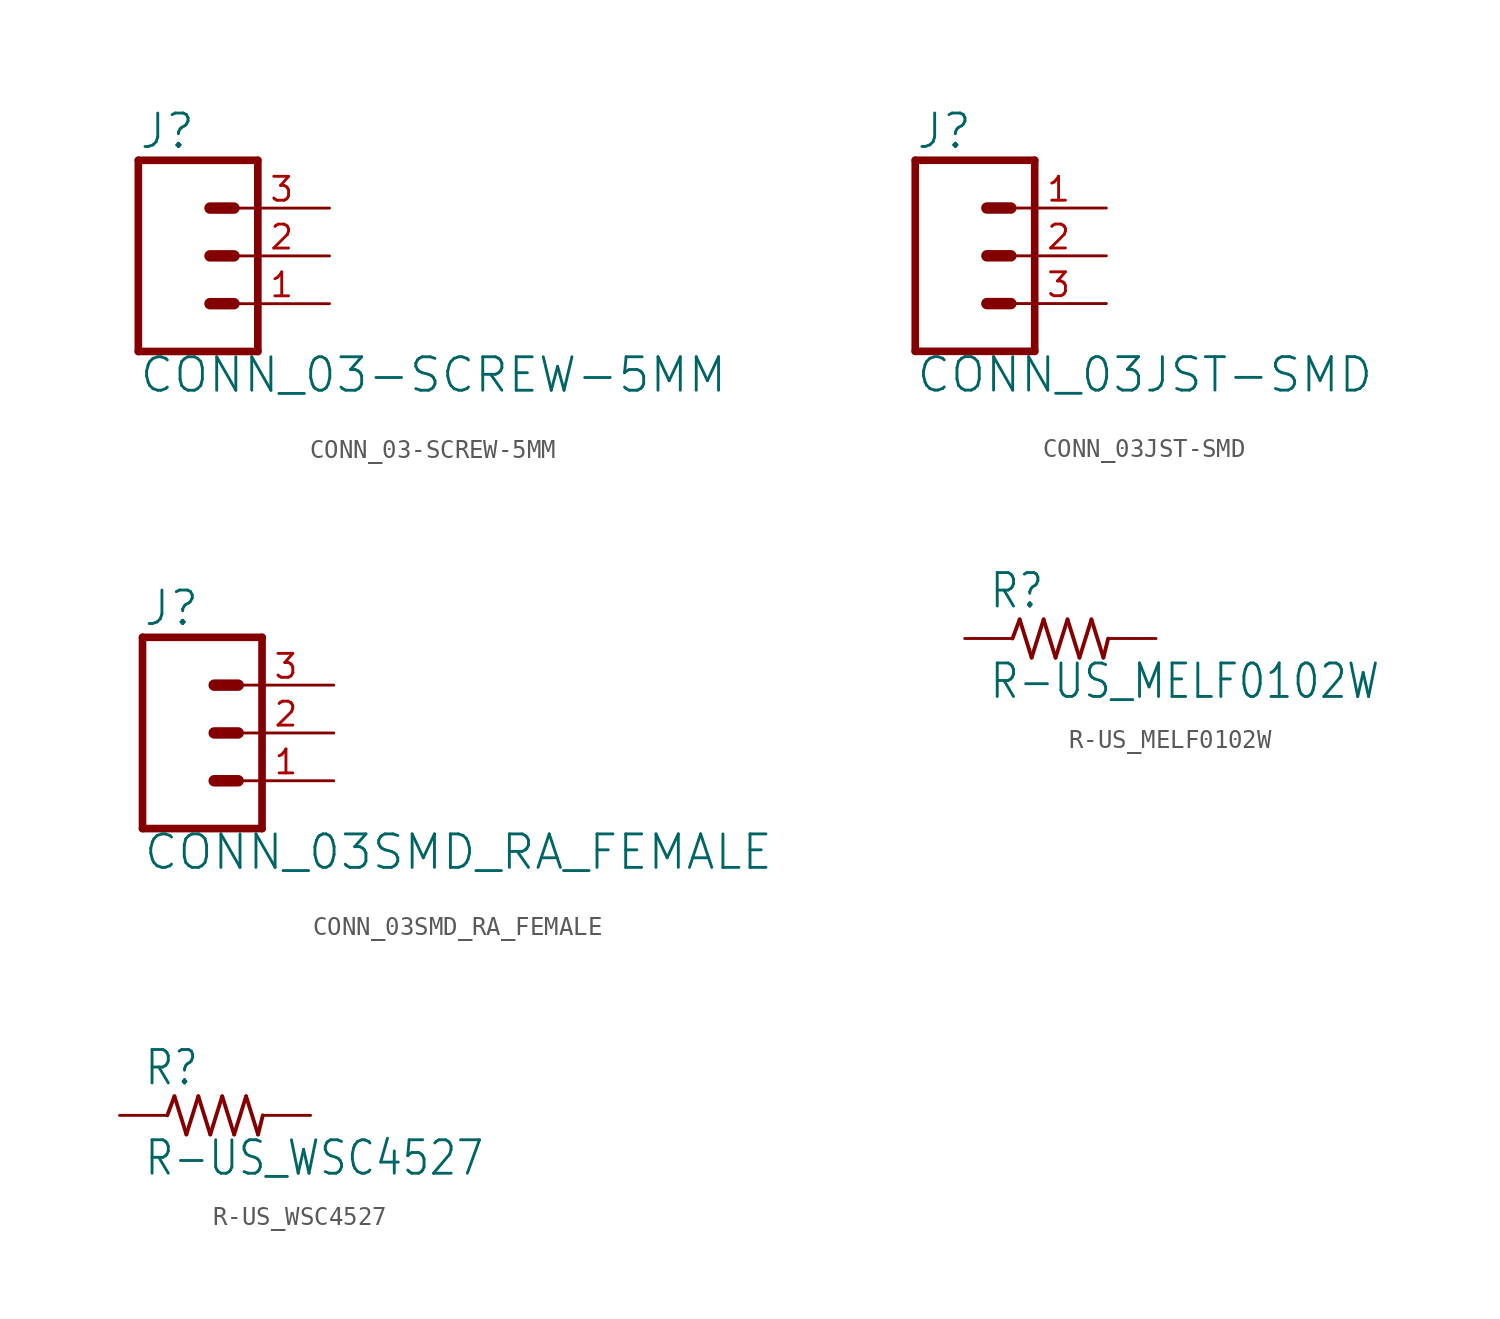
<source format=kicad_sym>
(kicad_symbol_lib
  (version 20220331)
  (generator kicad_symbol_editor)
  (symbol "CONN_03-SCREW-5MM"
    (property "Reference" "J"
      (at -2.54 5.588 0)
      (effects (font (size 1.778 1.778)) (justify left bottom)))
    (property "Value" "CONN_03-SCREW-5MM"
      (at -2.54 -7.366 0)
      (effects (font (size 1.778 1.778)) (justify left bottom)))
    (property "ki_locked" ""
      (at 0 0 0)
      (effects (font (size 1.27 1.27))))
    (symbol "CONN_03-SCREW-5MM_1_0"
      (polyline (pts (xy -2.54 5.08) (xy -2.54 -5.08)) (stroke (width 0.406) (type solid)) (fill (type none)))
      (polyline (pts (xy -2.54 5.08) (xy 3.81 5.08)) (stroke (width 0.406) (type solid)) (fill (type none)))
      (polyline (pts (xy 1.27 -2.54) (xy 2.54 -2.54)) (stroke (width 0.61) (type solid)) (fill (type none)))
      (polyline (pts (xy 1.27 0) (xy 2.54 0)) (stroke (width 0.61) (type solid)) (fill (type none)))
      (polyline (pts (xy 1.27 2.54) (xy 2.54 2.54)) (stroke (width 0.61) (type solid)) (fill (type none)))
      (polyline (pts (xy 3.81 -5.08) (xy -2.54 -5.08)) (stroke (width 0.406) (type solid)) (fill (type none)))
      (polyline (pts (xy 3.81 -5.08) (xy 3.81 5.08)) (stroke (width 0.406) (type solid)) (fill (type none)))
      (pin passive line (at 7.62 -2.54 180) (length 5.08) (name "1" (effects (font (size 0 0)))) (number "1" (effects (font (size 1.27 1.27)))))
      (pin passive line (at 7.62 0 180) (length 5.08) (name "2" (effects (font (size 0 0)))) (number "2" (effects (font (size 1.27 1.27)))))
      (pin passive line (at 7.62 2.54 180) (length 5.08) (name "3" (effects (font (size 0 0)))) (number "3" (effects (font (size 1.27 1.27)))))))
  (symbol "CONN_03JST-SMD"
    (property "Reference" "J"
      (at -2.54 5.588 0)
      (effects (font (size 1.778 1.778)) (justify left bottom)))
    (property "Value" "CONN_03JST-SMD"
      (at -2.54 -7.366 0)
      (effects (font (size 1.778 1.778)) (justify left bottom)))
    (property "ki_locked" ""
      (at 0 0 0)
      (effects (font (size 1.27 1.27))))
    (symbol "CONN_03JST-SMD_1_0"
      (polyline (pts (xy -2.54 5.08) (xy -2.54 -5.08)) (stroke (width 0.406) (type solid)) (fill (type none)))
      (polyline (pts (xy -2.54 5.08) (xy 3.81 5.08)) (stroke (width 0.406) (type solid)) (fill (type none)))
      (polyline (pts (xy 1.27 -2.54) (xy 2.54 -2.54)) (stroke (width 0.61) (type solid)) (fill (type none)))
      (polyline (pts (xy 1.27 0) (xy 2.54 0)) (stroke (width 0.61) (type solid)) (fill (type none)))
      (polyline (pts (xy 1.27 2.54) (xy 2.54 2.54)) (stroke (width 0.61) (type solid)) (fill (type none)))
      (polyline (pts (xy 3.81 -5.08) (xy -2.54 -5.08)) (stroke (width 0.406) (type solid)) (fill (type none)))
      (polyline (pts (xy 3.81 -5.08) (xy 3.81 5.08)) (stroke (width 0.406) (type solid)) (fill (type none)))
      (pin passive line (at 7.62 2.54 180) (length 5.08) (name "3" (effects (font (size 0 0)))) (number "1" (effects (font (size 1.27 1.27)))))
      (pin passive line (at 7.62 0 180) (length 5.08) (name "2" (effects (font (size 0 0)))) (number "2" (effects (font (size 1.27 1.27)))))
      (pin passive line (at 7.62 -2.54 180) (length 5.08) (name "1" (effects (font (size 0 0)))) (number "3" (effects (font (size 1.27 1.27)))))))
  (symbol "CONN_03SMD_RA_FEMALE"
    (property "Reference" "J"
      (at -2.54 5.588 0)
      (effects (font (size 1.778 1.778)) (justify left bottom)))
    (property "Value" "CONN_03SMD_RA_FEMALE"
      (at -2.54 -7.366 0)
      (effects (font (size 1.778 1.778)) (justify left bottom)))
    (property "ki_locked" ""
      (at 0 0 0)
      (effects (font (size 1.27 1.27))))
    (symbol "CONN_03SMD_RA_FEMALE_1_0"
      (polyline (pts (xy -2.54 5.08) (xy -2.54 -5.08)) (stroke (width 0.406) (type solid)) (fill (type none)))
      (polyline (pts (xy -2.54 5.08) (xy 3.81 5.08)) (stroke (width 0.406) (type solid)) (fill (type none)))
      (polyline (pts (xy 1.27 -2.54) (xy 2.54 -2.54)) (stroke (width 0.61) (type solid)) (fill (type none)))
      (polyline (pts (xy 1.27 0) (xy 2.54 0)) (stroke (width 0.61) (type solid)) (fill (type none)))
      (polyline (pts (xy 1.27 2.54) (xy 2.54 2.54)) (stroke (width 0.61) (type solid)) (fill (type none)))
      (polyline (pts (xy 3.81 -5.08) (xy -2.54 -5.08)) (stroke (width 0.406) (type solid)) (fill (type none)))
      (polyline (pts (xy 3.81 -5.08) (xy 3.81 5.08)) (stroke (width 0.406) (type solid)) (fill (type none)))
      (pin passive line (at 7.62 -2.54 180) (length 5.08) (name "1" (effects (font (size 0 0)))) (number "1" (effects (font (size 1.27 1.27)))))
      (pin passive line (at 7.62 0 180) (length 5.08) (name "2" (effects (font (size 0 0)))) (number "2" (effects (font (size 1.27 1.27)))))
      (pin passive line (at 7.62 2.54 180) (length 5.08) (name "3" (effects (font (size 0 0)))) (number "3" (effects (font (size 1.27 1.27)))))))
  (symbol "R-US_MELF0102W"
    (property "Reference" "R"
      (at -3.81 1.499 0)
      (effects (font (size 1.778 1.511)) (justify left bottom)))
    (property "Value" "R-US_MELF0102W"
      (at -3.81 -3.302 0)
      (effects (font (size 1.778 1.511)) (justify left bottom)))
    (property "ki_locked" ""
      (at 0 0 0)
      (effects (font (size 1.27 1.27))))
    (symbol "R-US_MELF0102W_1_0"
      (polyline (pts (xy -2.54 0) (xy -2.159 1.016)) (stroke (width 0.203) (type solid)) (fill (type none)))
      (polyline (pts (xy -2.159 1.016) (xy -1.524 -1.016)) (stroke (width 0.203) (type solid)) (fill (type none)))
      (polyline (pts (xy -1.524 -1.016) (xy -0.889 1.016)) (stroke (width 0.203) (type solid)) (fill (type none)))
      (polyline (pts (xy -0.889 1.016) (xy -0.254 -1.016)) (stroke (width 0.203) (type solid)) (fill (type none)))
      (polyline (pts (xy -0.254 -1.016) (xy 0.381 1.016)) (stroke (width 0.203) (type solid)) (fill (type none)))
      (polyline (pts (xy 0.381 1.016) (xy 1.016 -1.016)) (stroke (width 0.203) (type solid)) (fill (type none)))
      (polyline (pts (xy 1.016 -1.016) (xy 1.651 1.016)) (stroke (width 0.203) (type solid)) (fill (type none)))
      (polyline (pts (xy 1.651 1.016) (xy 2.286 -1.016)) (stroke (width 0.203) (type solid)) (fill (type none)))
      (polyline (pts (xy 2.286 -1.016) (xy 2.54 0)) (stroke (width 0.203) (type solid)) (fill (type none)))
      (pin passive line (at -5.08 0 0) (length 2.54) (name "1" (effects (font (size 0 0)))) (number "1" (effects (font (size 0 0)))))
      (pin passive line (at 5.08 0 180) (length 2.54) (name "2" (effects (font (size 0 0)))) (number "2" (effects (font (size 0 0)))))))
  (symbol "R-US_WSC4527"
    (property "Reference" "R"
      (at -3.81 1.499 0)
      (effects (font (size 1.778 1.511)) (justify left bottom)))
    (property "Value" "R-US_WSC4527"
      (at -3.81 -3.302 0)
      (effects (font (size 1.778 1.511)) (justify left bottom)))
    (property "ki_locked" ""
      (at 0 0 0)
      (effects (font (size 1.27 1.27))))
    (symbol "R-US_WSC4527_1_0"
      (polyline (pts (xy -2.54 0) (xy -2.159 1.016)) (stroke (width 0.203) (type solid)) (fill (type none)))
      (polyline (pts (xy -2.159 1.016) (xy -1.524 -1.016)) (stroke (width 0.203) (type solid)) (fill (type none)))
      (polyline (pts (xy -1.524 -1.016) (xy -0.889 1.016)) (stroke (width 0.203) (type solid)) (fill (type none)))
      (polyline (pts (xy -0.889 1.016) (xy -0.254 -1.016)) (stroke (width 0.203) (type solid)) (fill (type none)))
      (polyline (pts (xy -0.254 -1.016) (xy 0.381 1.016)) (stroke (width 0.203) (type solid)) (fill (type none)))
      (polyline (pts (xy 0.381 1.016) (xy 1.016 -1.016)) (stroke (width 0.203) (type solid)) (fill (type none)))
      (polyline (pts (xy 1.016 -1.016) (xy 1.651 1.016)) (stroke (width 0.203) (type solid)) (fill (type none)))
      (polyline (pts (xy 1.651 1.016) (xy 2.286 -1.016)) (stroke (width 0.203) (type solid)) (fill (type none)))
      (polyline (pts (xy 2.286 -1.016) (xy 2.54 0)) (stroke (width 0.203) (type solid)) (fill (type none)))
      (pin passive line (at -5.08 0 0) (length 2.54) (name "1" (effects (font (size 0 0)))) (number "1" (effects (font (size 0 0)))))
      (pin passive line (at 5.08 0 180) (length 2.54) (name "2" (effects (font (size 0 0)))) (number "2" (effects (font (size 0 0))))))))
</source>
